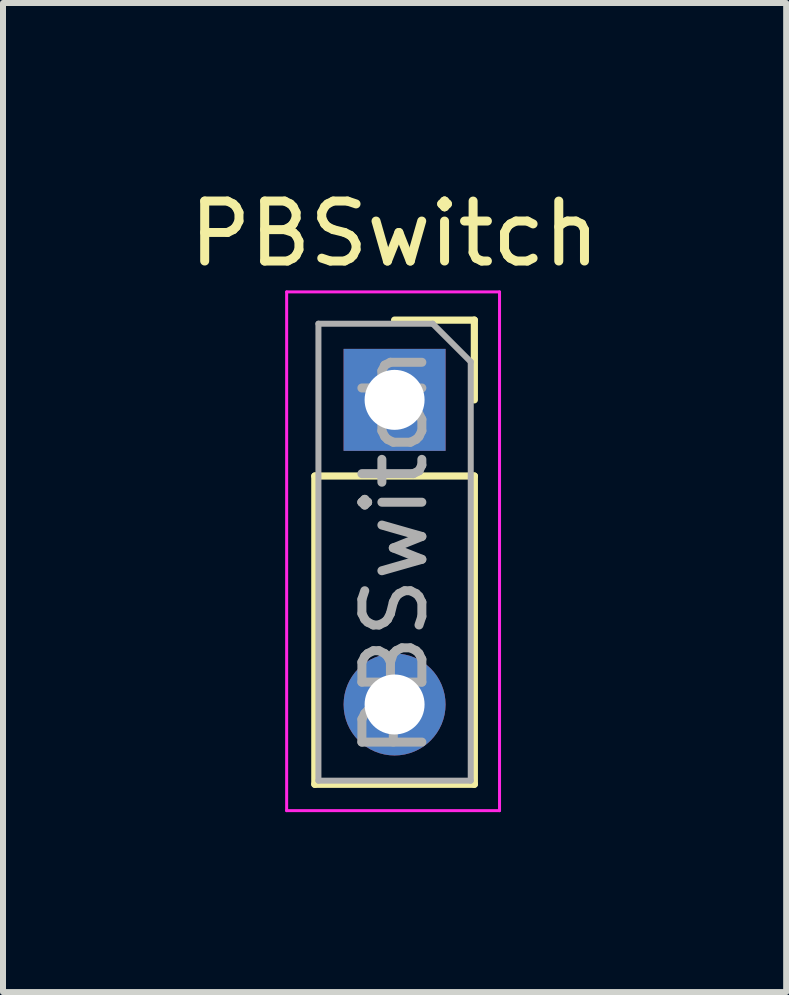
<source format=kicad_pcb>
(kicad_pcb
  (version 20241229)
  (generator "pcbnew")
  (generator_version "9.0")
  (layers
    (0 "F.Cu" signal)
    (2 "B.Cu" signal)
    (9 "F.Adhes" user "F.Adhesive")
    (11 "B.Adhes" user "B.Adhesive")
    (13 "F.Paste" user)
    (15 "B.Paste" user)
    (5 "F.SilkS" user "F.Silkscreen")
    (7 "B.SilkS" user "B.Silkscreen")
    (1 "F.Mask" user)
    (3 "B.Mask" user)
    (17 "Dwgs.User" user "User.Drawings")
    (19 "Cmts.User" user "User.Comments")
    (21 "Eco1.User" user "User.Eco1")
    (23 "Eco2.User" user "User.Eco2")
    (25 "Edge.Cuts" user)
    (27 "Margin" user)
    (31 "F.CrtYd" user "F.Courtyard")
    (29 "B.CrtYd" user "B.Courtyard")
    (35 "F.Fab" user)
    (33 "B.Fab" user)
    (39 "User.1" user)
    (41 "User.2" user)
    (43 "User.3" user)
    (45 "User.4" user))
  (footprint "PBSwitch"
    (layer "F.Cu")
    (at 3.53 3.618)
    (property "Reference" "PBSwitch" (at 0 -2.77 0) (layer "F.SilkS") (effects (font (size 1 1) (thickness 0.15))))
    (attr through_hole)
    (fp_line (start -1.33 1.27) (end -1.33 6.41) (stroke (width 0.12) (type solid)) (layer "F.SilkS"))
    (fp_line (start -1.33 1.27) (end 1.33 1.27) (stroke (width 0.12) (type solid)) (layer "F.SilkS"))
    (fp_line (start -1.33 6.41) (end 1.33 6.41) (stroke (width 0.12) (type solid)) (layer "F.SilkS"))
    (fp_line (start 0 -1.33) (end 1.33 -1.33) (stroke (width 0.12) (type solid)) (layer "F.SilkS"))
    (fp_line (start 1.33 -1.33) (end 1.33 0) (stroke (width 0.12) (type solid)) (layer "F.SilkS"))
    (fp_line (start 1.33 1.27) (end 1.33 6.41) (stroke (width 0.12) (type solid)) (layer "F.SilkS"))
    (fp_line (start -1.8 -1.8) (end 1.75 -1.8) (stroke (width 0.05) (type solid)) (layer "F.CrtYd"))
    (fp_line (start -1.8 6.85) (end -1.8 -1.8) (stroke (width 0.05) (type solid)) (layer "F.CrtYd"))
    (fp_line (start 1.75 -1.8) (end 1.75 6.85) (stroke (width 0.05) (type solid)) (layer "F.CrtYd"))
    (fp_line (start 1.75 6.85) (end -1.8 6.85) (stroke (width 0.05) (type solid)) (layer "F.CrtYd"))
    (fp_line (start -1.27 -1.27) (end 0.635 -1.27) (stroke (width 0.1) (type solid)) (layer "F.Fab"))
    (fp_line (start -1.27 6.35) (end -1.27 -1.27) (stroke (width 0.1) (type solid)) (layer "F.Fab"))
    (fp_line (start 0.635 -1.27) (end 1.27 -0.635) (stroke (width 0.1) (type solid)) (layer "F.Fab"))
    (fp_line (start 1.27 -0.635) (end 1.27 6.35) (stroke (width 0.1) (type solid)) (layer "F.Fab"))
    (fp_line (start 1.27 6.35) (end -1.27 6.35) (stroke (width 0.1) (type solid)) (layer "F.Fab"))
    (fp_text user "${REFERENCE}" (at 0 2.54 90) (layer "F.Fab") (effects (font (size 1 1) (thickness 0.15))))
    (pad "1" thru_hole rect (at 0 0) (size 1.7 1.7) (drill 1) (layers "*.Cu" "*.Mask"))
    (pad "2" thru_hole oval (at 0 5.08) (size 1.7 1.7) (drill 1) (layers "*.Cu" "*.Mask")))
  (gr_rect
    (start -3 -3)
    (end 10.06 13.493)
    (stroke (width 0.1) (type default))
    (fill no)
    (layer "Edge.Cuts")))
</source>
